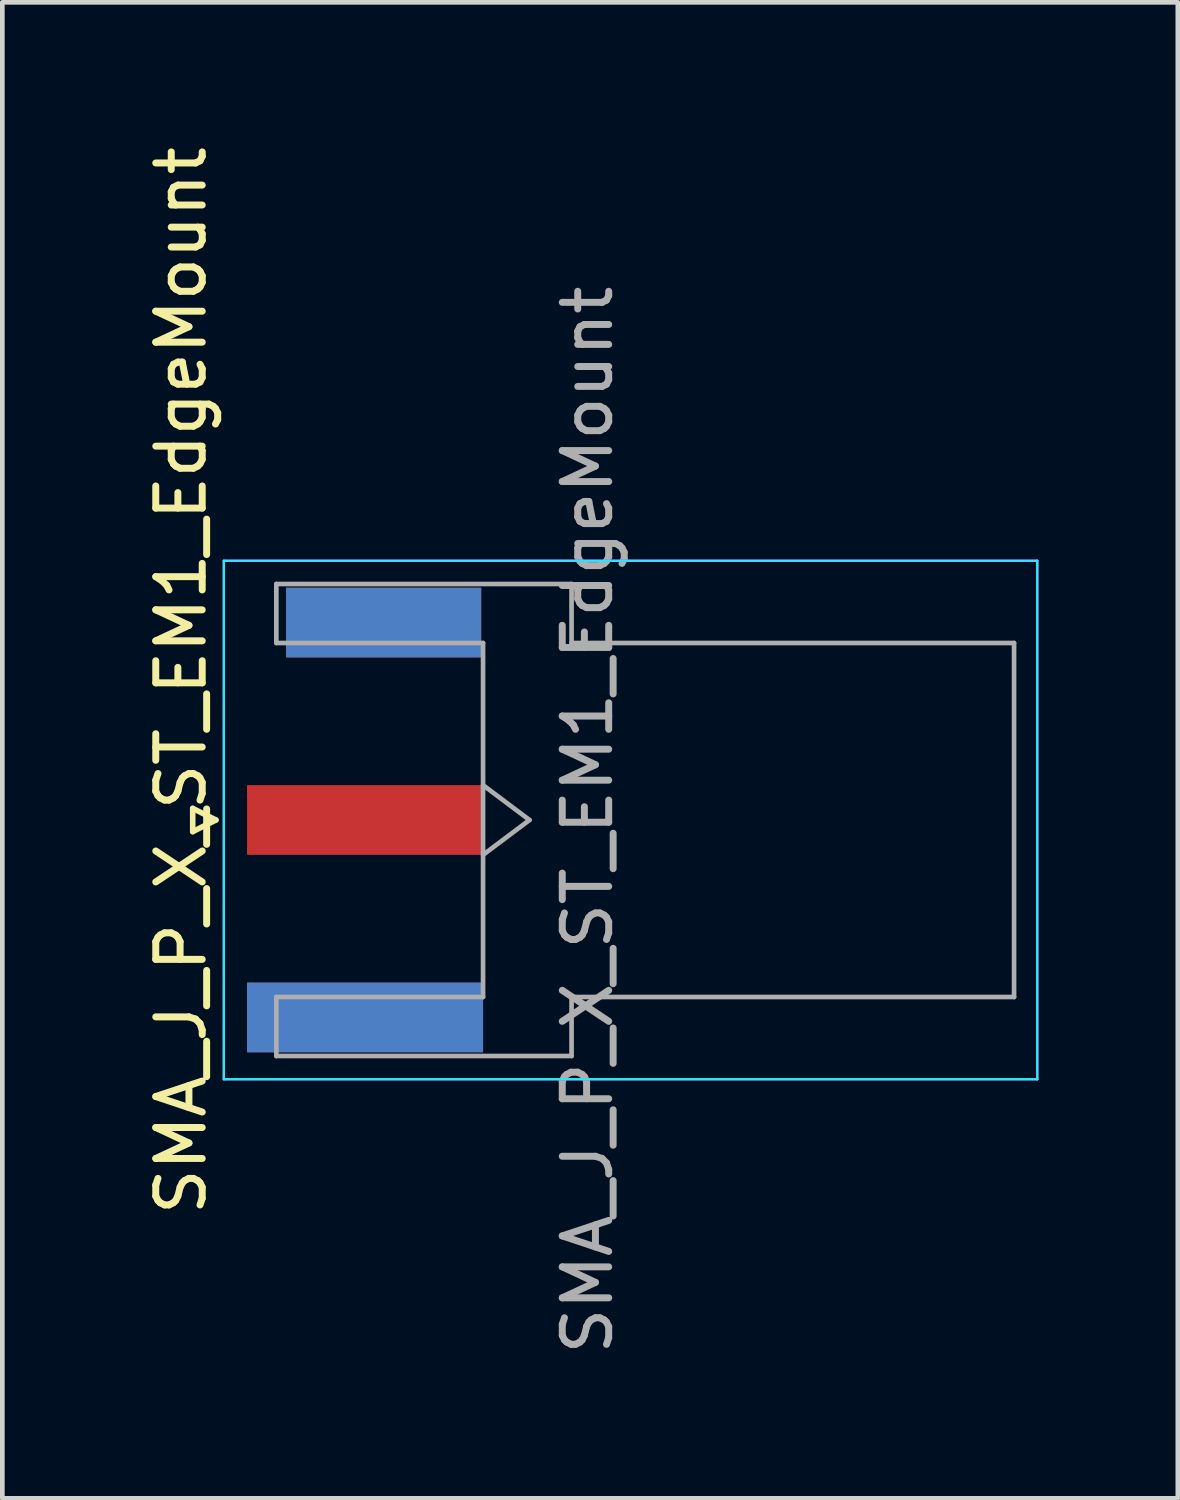
<source format=kicad_pcb>
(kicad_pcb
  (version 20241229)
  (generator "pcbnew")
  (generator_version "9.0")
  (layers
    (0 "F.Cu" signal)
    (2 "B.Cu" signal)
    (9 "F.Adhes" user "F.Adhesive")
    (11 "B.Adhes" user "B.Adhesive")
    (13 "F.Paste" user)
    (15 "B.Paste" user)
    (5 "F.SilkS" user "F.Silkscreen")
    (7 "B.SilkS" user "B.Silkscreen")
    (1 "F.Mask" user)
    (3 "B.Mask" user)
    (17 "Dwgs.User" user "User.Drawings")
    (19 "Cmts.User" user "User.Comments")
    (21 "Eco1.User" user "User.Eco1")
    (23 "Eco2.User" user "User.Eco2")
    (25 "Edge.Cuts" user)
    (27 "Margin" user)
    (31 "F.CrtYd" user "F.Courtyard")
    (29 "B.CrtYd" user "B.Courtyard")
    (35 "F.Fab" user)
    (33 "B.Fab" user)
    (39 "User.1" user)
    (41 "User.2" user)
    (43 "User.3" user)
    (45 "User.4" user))
  (footprint "SMA_J_P_X_ST_EM1_EdgeMount"
    (layer "F.Cu")
    (at 4.808 14.601)
    (property "Reference" "SMA_J_P_X_ST_EM1_EdgeMount" (at -3.96 -3 90) (layer "F.SilkS") (effects (font (size 1 1) (thickness 0.15))))
    (attr smd)
    (fp_line (start -3.71 -0.25) (end -3.71 0.25) (stroke (width 0.12) (type solid)) (layer "F.SilkS"))
    (fp_line (start -3.71 0.25) (end -3.21 0) (stroke (width 0.12) (type solid)) (layer "F.SilkS"))
    (fp_line (start -3.21 0) (end -3.71 -0.25) (stroke (width 0.12) (type solid)) (layer "F.SilkS"))
    (fp_line (start -3.04 5.58) (end -3.04 -5.58) (stroke (width 0.05) (type solid)) (layer "B.CrtYd"))
    (fp_line (start 14.47 -5.58) (end -3.04 -5.58) (stroke (width 0.05) (type solid)) (layer "B.CrtYd"))
    (fp_line (start 14.47 -5.58) (end 14.47 5.58) (stroke (width 0.05) (type solid)) (layer "B.CrtYd"))
    (fp_line (start 14.47 5.58) (end -3.04 5.58) (stroke (width 0.05) (type solid)) (layer "B.CrtYd"))
    (fp_line (start -3.04 5.58) (end -3.04 -5.58) (stroke (width 0.05) (type solid)) (layer "F.CrtYd"))
    (fp_line (start 14.47 -5.58) (end -3.04 -5.58) (stroke (width 0.05) (type solid)) (layer "F.CrtYd"))
    (fp_line (start 14.47 -5.58) (end 14.47 5.58) (stroke (width 0.05) (type solid)) (layer "F.CrtYd"))
    (fp_line (start 14.47 5.58) (end -3.04 5.58) (stroke (width 0.05) (type solid)) (layer "F.CrtYd"))
    (fp_line (start -1.91 -5.08) (end -1.91 -3.81) (stroke (width 0.1) (type solid)) (layer "F.Fab"))
    (fp_line (start -1.91 -5.08) (end 4.445 -5.08) (stroke (width 0.1) (type solid)) (layer "F.Fab"))
    (fp_line (start -1.91 -3.81) (end 2.54 -3.81) (stroke (width 0.1) (type solid)) (layer "F.Fab"))
    (fp_line (start -1.91 3.81) (end -1.91 5.08) (stroke (width 0.1) (type solid)) (layer "F.Fab"))
    (fp_line (start -1.91 5.08) (end 4.445 5.08) (stroke (width 0.1) (type solid)) (layer "F.Fab"))
    (fp_line (start 2.54 -3.81) (end 2.54 3.81) (stroke (width 0.1) (type solid)) (layer "F.Fab"))
    (fp_line (start 2.54 -0.75) (end 3.54 0) (stroke (width 0.1) (type solid)) (layer "F.Fab"))
    (fp_line (start 2.54 3.81) (end -1.91 3.81) (stroke (width 0.1) (type solid)) (layer "F.Fab"))
    (fp_line (start 3.54 0) (end 2.54 0.75) (stroke (width 0.1) (type solid)) (layer "F.Fab"))
    (fp_line (start 4.445 -3.81) (end 4.445 -5.08) (stroke (width 0.1) (type solid)) (layer "F.Fab"))
    (fp_line (start 4.445 -3.81) (end 13.97 -3.81) (stroke (width 0.1) (type solid)) (layer "F.Fab"))
    (fp_line (start 4.445 5.08) (end 4.445 3.81) (stroke (width 0.1) (type solid)) (layer "F.Fab"))
    (fp_line (start 13.97 -3.81) (end 13.97 3.81) (stroke (width 0.1) (type solid)) (layer "F.Fab"))
    (fp_line (start 13.97 3.81) (end 4.445 3.81) (stroke (width 0.1) (type solid)) (layer "F.Fab"))
    (fp_text user "${REFERENCE}" (at 4.79 0 270) (layer "F.Fab") (effects (font (size 1 1) (thickness 0.15))))
    (pad "1" smd rect (at 0 0 90) (size 1.5 5.08) (layers "F.Cu" "F.Mask" "F.Paste"))
    (pad "2" smd rect (at 0 4.25 90) (size 1.5 5.08) (layers "F.Cu" "F.Mask" "F.Paste"))
    (pad "2" smd rect (at 0 4.25 90) (size 1.5 5.08) (layers "B.Cu" "B.Mask" "B.Paste"))
    (pad "2" smd rect (at 0.4 -4.25 90) (size 1.5 4.2) (layers "F.Cu" "F.Mask" "F.Paste"))
    (pad "2" smd rect (at 0.4 -4.25 90) (size 1.5 4.2) (layers "B.Cu" "B.Mask" "B.Paste")))
  (gr_rect
    (start -3 -3)
    (end 22.303 29.202)
    (stroke (width 0.1) (type default))
    (fill no)
    (layer "Edge.Cuts")))
</source>
